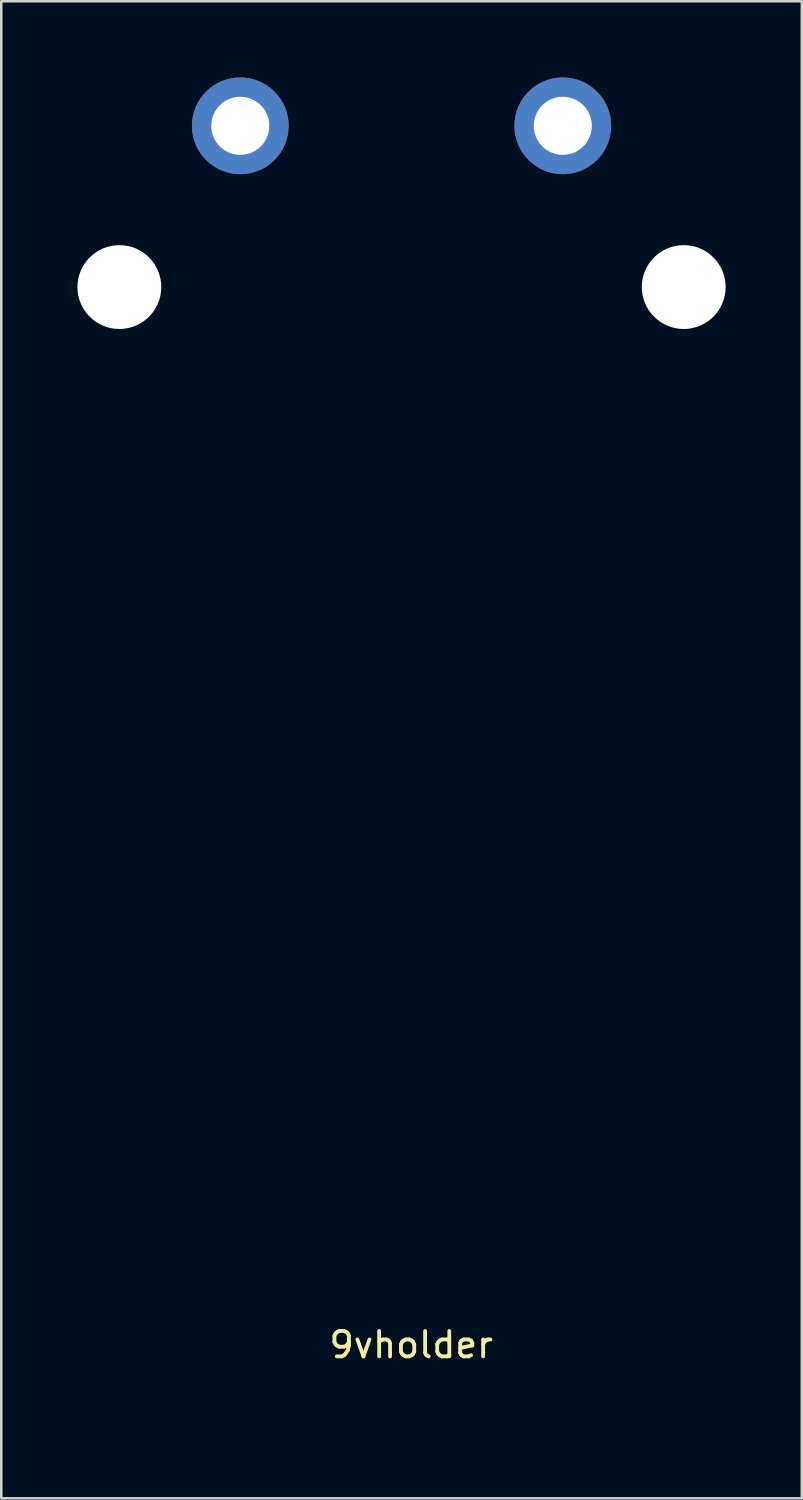
<source format=kicad_pcb>
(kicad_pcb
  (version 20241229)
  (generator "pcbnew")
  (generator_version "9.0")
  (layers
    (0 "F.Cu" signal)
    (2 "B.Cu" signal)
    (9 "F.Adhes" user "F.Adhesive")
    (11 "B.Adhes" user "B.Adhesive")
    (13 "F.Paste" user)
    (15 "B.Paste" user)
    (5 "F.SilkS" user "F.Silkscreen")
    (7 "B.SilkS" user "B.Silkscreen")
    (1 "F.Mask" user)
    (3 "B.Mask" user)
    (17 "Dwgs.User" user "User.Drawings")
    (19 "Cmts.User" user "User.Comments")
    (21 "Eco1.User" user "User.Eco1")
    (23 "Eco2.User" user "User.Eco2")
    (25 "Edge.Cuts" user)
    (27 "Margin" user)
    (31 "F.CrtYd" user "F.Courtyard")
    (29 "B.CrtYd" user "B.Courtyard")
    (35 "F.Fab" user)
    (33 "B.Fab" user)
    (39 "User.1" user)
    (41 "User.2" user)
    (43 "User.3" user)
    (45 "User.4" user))
  (footprint "9vholder"
    (layer "F.Cu")
    (at 19.113 52.705)
    (property "Reference" "9vholder" (at -5.969 -2.794 0) (layer "F.SilkS") (effects (font (size 1 1) (thickness 0.15))))
    (attr through_hole)
    (pad "" np_thru_hole circle (at -17.462 -44.45) (size 3.302 3.302) (drill 3.302) (layers "*.Cu" "*.Mask"))
    (pad "" np_thru_hole circle (at 4.763 -44.45) (size 3.302 3.302) (drill 3.302) (layers "*.Cu" "*.Mask"))
    (pad "1" thru_hole circle (at 0 -50.8) (size 3.81 3.81) (drill 2.286) (layers "*.Cu" "*.Mask"))
    (pad "2" thru_hole circle (at -12.7 -50.8) (size 3.81 3.81) (drill 2.286) (layers "*.Cu" "*.Mask")))
  (gr_rect
    (start -3 -3)
    (end 28.527 55.955)
    (stroke (width 0.1) (type default))
    (fill no)
    (layer "Edge.Cuts")))
</source>
